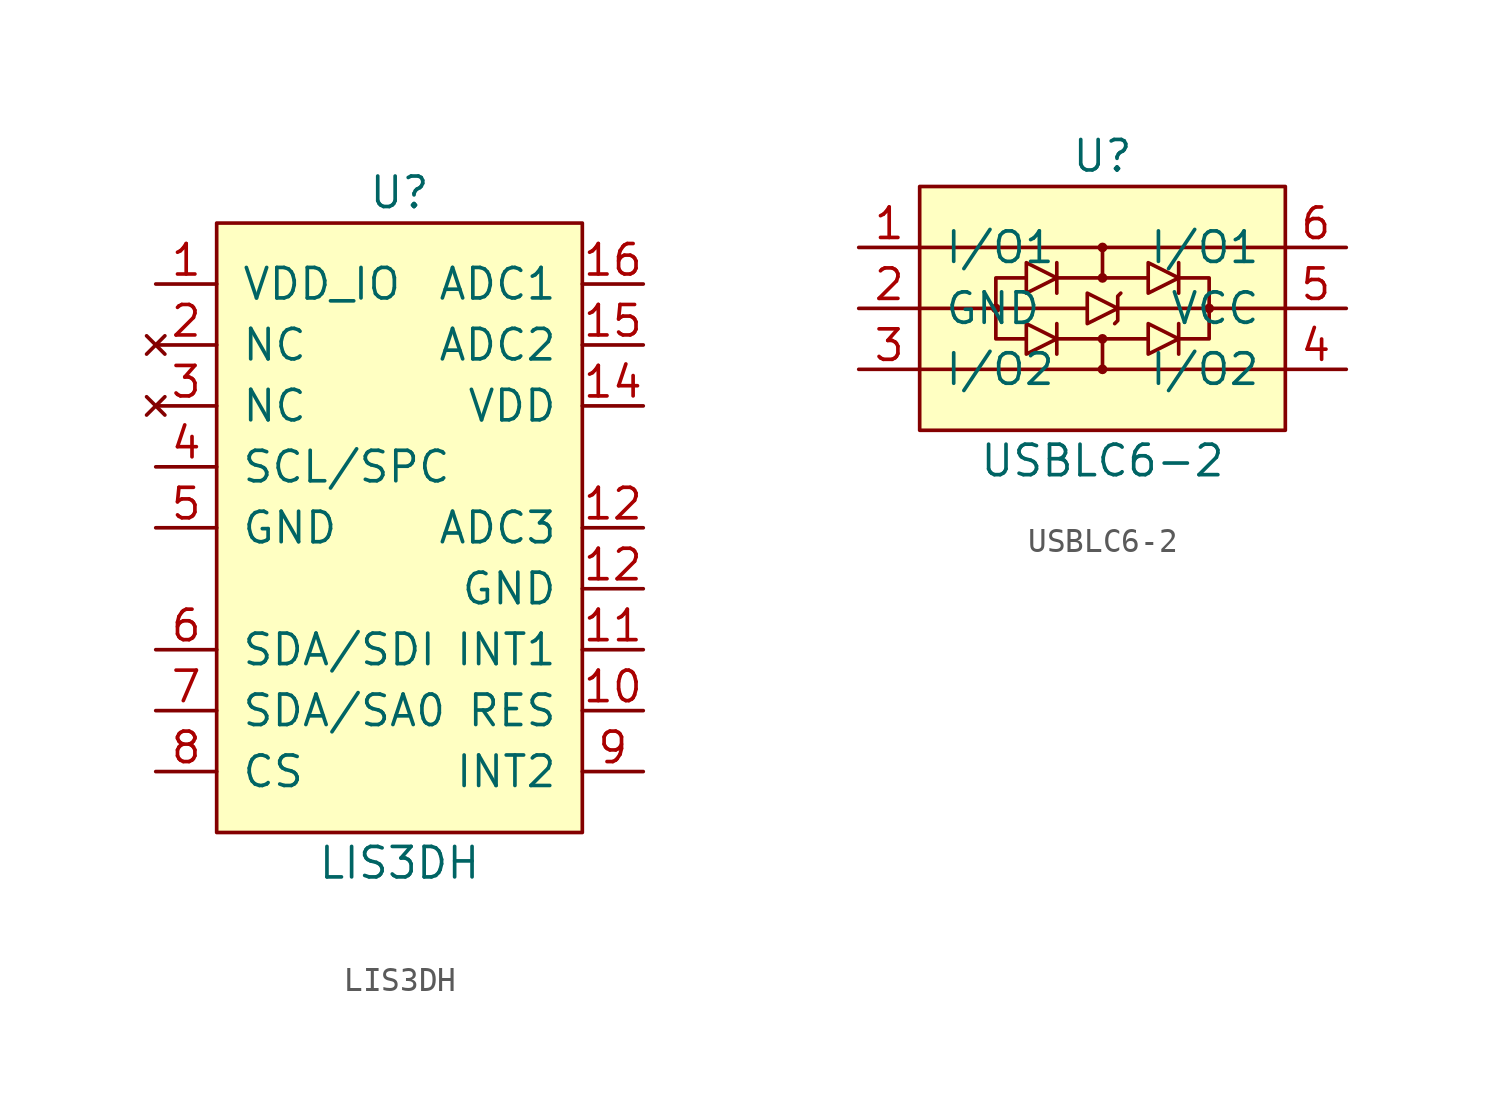
<source format=kicad_sym>
(kicad_symbol_lib
  (version 20211014)
  (generator kicad_symbol_editor)
  (symbol "LIS3DH"
    (pin_names
      (offset 1.016))
    (property "Reference" "U"
      (at 0 13.97 0)
      (effects (font (size 1.27 1.27))))
    (property "Value" "LIS3DH"
      (at 0 -13.97 0)
      (effects (font (size 1.27 1.27))))
    (symbol "LIS3DH_0_1"
      (rectangle (start -7.62 12.7) (end 7.62 -12.7) (stroke (width 0) (type default) (color 0 0 0 0)) (fill (type background))))
    (symbol "LIS3DH_1_1"
      (pin power_in line (at -10.16 10.16 0) (length 2.54) (name "VDD_IO" (effects (font (size 1.27 1.27)))) (number "1" (effects (font (size 1.27 1.27)))))
      (pin input line (at 10.16 -7.62 180) (length 2.54) (name "RES" (effects (font (size 1.27 1.27)))) (number "10" (effects (font (size 1.27 1.27)))))
      (pin output line (at 10.16 -5.08 180) (length 2.54) (name "INT1" (effects (font (size 1.27 1.27)))) (number "11" (effects (font (size 1.27 1.27)))))
      (pin input line (at 10.16 0 180) (length 2.54) (name "ADC3" (effects (font (size 1.27 1.27)))) (number "12" (effects (font (size 1.27 1.27)))))
      (pin power_in line (at 10.16 -2.54 180) (length 2.54) (name "GND" (effects (font (size 1.27 1.27)))) (number "12" (effects (font (size 1.27 1.27)))))
      (pin power_in line (at 10.16 5.08 180) (length 2.54) (name "VDD" (effects (font (size 1.27 1.27)))) (number "14" (effects (font (size 1.27 1.27)))))
      (pin input line (at 10.16 7.62 180) (length 2.54) (name "ADC2" (effects (font (size 1.27 1.27)))) (number "15" (effects (font (size 1.27 1.27)))))
      (pin input line (at 10.16 10.16 180) (length 2.54) (name "ADC1" (effects (font (size 1.27 1.27)))) (number "16" (effects (font (size 1.27 1.27)))))
      (pin no_connect line (at -10.16 7.62 0) (length 2.54) (name "NC" (effects (font (size 1.27 1.27)))) (number "2" (effects (font (size 1.27 1.27)))))
      (pin no_connect line (at -10.16 5.08 0) (length 2.54) (name "NC" (effects (font (size 1.27 1.27)))) (number "3" (effects (font (size 1.27 1.27)))))
      (pin input line (at -10.16 2.54 0) (length 2.54) (name "SCL/SPC" (effects (font (size 1.27 1.27)))) (number "4" (effects (font (size 1.27 1.27)))))
      (pin power_in line (at -10.16 0 0) (length 2.54) (name "GND" (effects (font (size 1.27 1.27)))) (number "5" (effects (font (size 1.27 1.27)))))
      (pin bidirectional line (at -10.16 -5.08 0) (length 2.54) (name "SDA/SDI" (effects (font (size 1.27 1.27)))) (number "6" (effects (font (size 1.27 1.27)))))
      (pin bidirectional line (at -10.16 -7.62 0) (length 2.54) (name "SDA/SA0" (effects (font (size 1.27 1.27)))) (number "7" (effects (font (size 1.27 1.27)))))
      (pin bidirectional line (at -10.16 -10.16 0) (length 2.54) (name "CS" (effects (font (size 1.27 1.27)))) (number "8" (effects (font (size 1.27 1.27)))))
      (pin output line (at 10.16 -10.16 180) (length 2.54) (name "INT2" (effects (font (size 1.27 1.27)))) (number "9" (effects (font (size 1.27 1.27)))))))
  (symbol "USBLC6-2"
    (pin_names
      (offset 1.016))
    (property "Reference" "U"
      (at 0 6.35 0)
      (effects (font (size 1.27 1.27))))
    (property "Value" "USBLC6-2"
      (at 0 -6.35 0)
      (effects (font (size 1.27 1.27))))
    (symbol "USBLC6-2_0_1"
      (rectangle (start -7.62 5.08) (end 7.62 -5.08) (stroke (width 0) (type default) (color 0 0 0 0)) (fill (type background)))
      (circle (center -4.445 0) (radius 0.127) (stroke (width 0) (type default) (color 0 0 0 0)) (fill (type none)))
      (circle (center 0 -2.54) (radius 0.127) (stroke (width 0) (type default) (color 0 0 0 0)) (fill (type none)))
      (circle (center 0 -1.27) (radius 0.127) (stroke (width 0) (type default) (color 0 0 0 0)) (fill (type none)))
      (polyline (pts (xy -7.62 -2.54) (xy 7.62 -2.54)) (stroke (width 0) (type default) (color 0 0 0 0)) (fill (type none)))
      (polyline (pts (xy -7.62 2.54) (xy 7.62 2.54)) (stroke (width 0) (type default) (color 0 0 0 0)) (fill (type none)))
      (polyline (pts (xy -1.905 -0.635) (xy -1.905 -1.905)) (stroke (width 0) (type default) (color 0 0 0 0)) (fill (type none)))
      (polyline (pts (xy -1.905 1.905) (xy -1.905 0.635)) (stroke (width 0) (type default) (color 0 0 0 0)) (fill (type none)))
      (polyline (pts (xy 0.635 0) (xy 7.62 0)) (stroke (width 0) (type default) (color 0 0 0 0)) (fill (type none)))
      (polyline (pts (xy 3.175 -0.635) (xy 3.175 -1.905)) (stroke (width 0) (type default) (color 0 0 0 0)) (fill (type none)))
      (polyline (pts (xy 3.175 1.905) (xy 3.175 0.635)) (stroke (width 0) (type default) (color 0 0 0 0)) (fill (type none)))
      (polyline (pts (xy -1.905 -1.27) (xy 0 -1.27) (xy 0 -2.54)) (stroke (width 0) (type default) (color 0 0 0 0)) (fill (type none)))
      (polyline (pts (xy -1.905 1.27) (xy 0 1.27) (xy 0 2.54)) (stroke (width 0) (type default) (color 0 0 0 0)) (fill (type none)))
      (polyline (pts (xy 0.635 0) (xy 0.635 -0.508) (xy 0.508 -0.635)) (stroke (width 0) (type default) (color 0 0 0 0)) (fill (type none)))
      (polyline (pts (xy 0.635 0) (xy 0.635 0.508) (xy 0.762 0.635)) (stroke (width 0) (type default) (color 0 0 0 0)) (fill (type none)))
      (polyline (pts (xy 3.175 -1.27) (xy 4.445 -1.27) (xy 4.445 0)) (stroke (width 0) (type default) (color 0 0 0 0)) (fill (type none)))
      (polyline (pts (xy 3.175 1.27) (xy 4.445 1.27) (xy 4.445 0)) (stroke (width 0) (type default) (color 0 0 0 0)) (fill (type none)))
      (polyline (pts (xy -7.62 0) (xy -0.635 0) (xy -0.635 0.635) (xy 0.635 0) (xy -0.635 -0.635) (xy -0.635 0)) (stroke (width 0) (type default) (color 0 0 0 0)) (fill (type none)))
      (polyline (pts (xy 0 -1.27) (xy 1.905 -1.27) (xy 1.905 -0.635) (xy 3.175 -1.27) (xy 1.905 -1.905) (xy 1.905 -1.27)) (stroke (width 0) (type default) (color 0 0 0 0)) (fill (type none)))
      (polyline (pts (xy 0 1.27) (xy 1.905 1.27) (xy 1.905 1.905) (xy 3.175 1.27) (xy 1.905 0.635) (xy 1.905 1.27)) (stroke (width 0) (type default) (color 0 0 0 0)) (fill (type none)))
      (polyline (pts (xy -4.445 0) (xy -4.445 -1.27) (xy -3.175 -1.27) (xy -3.175 -0.635) (xy -1.905 -1.27) (xy -3.175 -1.905) (xy -3.175 -1.27)) (stroke (width 0) (type default) (color 0 0 0 0)) (fill (type none)))
      (polyline (pts (xy -4.445 0) (xy -4.445 1.27) (xy -3.175 1.27) (xy -3.175 1.905) (xy -1.905 1.27) (xy -3.175 0.635) (xy -3.175 1.27)) (stroke (width 0) (type default) (color 0 0 0 0)) (fill (type none)))
      (circle (center 0 1.27) (radius 0.127) (stroke (width 0) (type default) (color 0 0 0 0)) (fill (type none)))
      (circle (center 0 2.54) (radius 0.127) (stroke (width 0) (type default) (color 0 0 0 0)) (fill (type none)))
      (circle (center 4.445 0) (radius 0.127) (stroke (width 0) (type default) (color 0 0 0 0)) (fill (type none))))
    (symbol "USBLC6-2_1_1"
      (pin bidirectional line (at -10.16 2.54 0) (length 2.54) (name "I/O1" (effects (font (size 1.27 1.27)))) (number "1" (effects (font (size 1.27 1.27)))))
      (pin power_in line (at -10.16 0 0) (length 2.54) (name "GND" (effects (font (size 1.27 1.27)))) (number "2" (effects (font (size 1.27 1.27)))))
      (pin bidirectional line (at -10.16 -2.54 0) (length 2.54) (name "I/O2" (effects (font (size 1.27 1.27)))) (number "3" (effects (font (size 1.27 1.27)))))
      (pin bidirectional line (at 10.16 -2.54 180) (length 2.54) (name "I/O2" (effects (font (size 1.27 1.27)))) (number "4" (effects (font (size 1.27 1.27)))))
      (pin power_in line (at 10.16 0 180) (length 2.54) (name "VCC" (effects (font (size 1.27 1.27)))) (number "5" (effects (font (size 1.27 1.27)))))
      (pin bidirectional line (at 10.16 2.54 180) (length 2.54) (name "I/O1" (effects (font (size 1.27 1.27)))) (number "6" (effects (font (size 1.27 1.27))))))))
</source>
